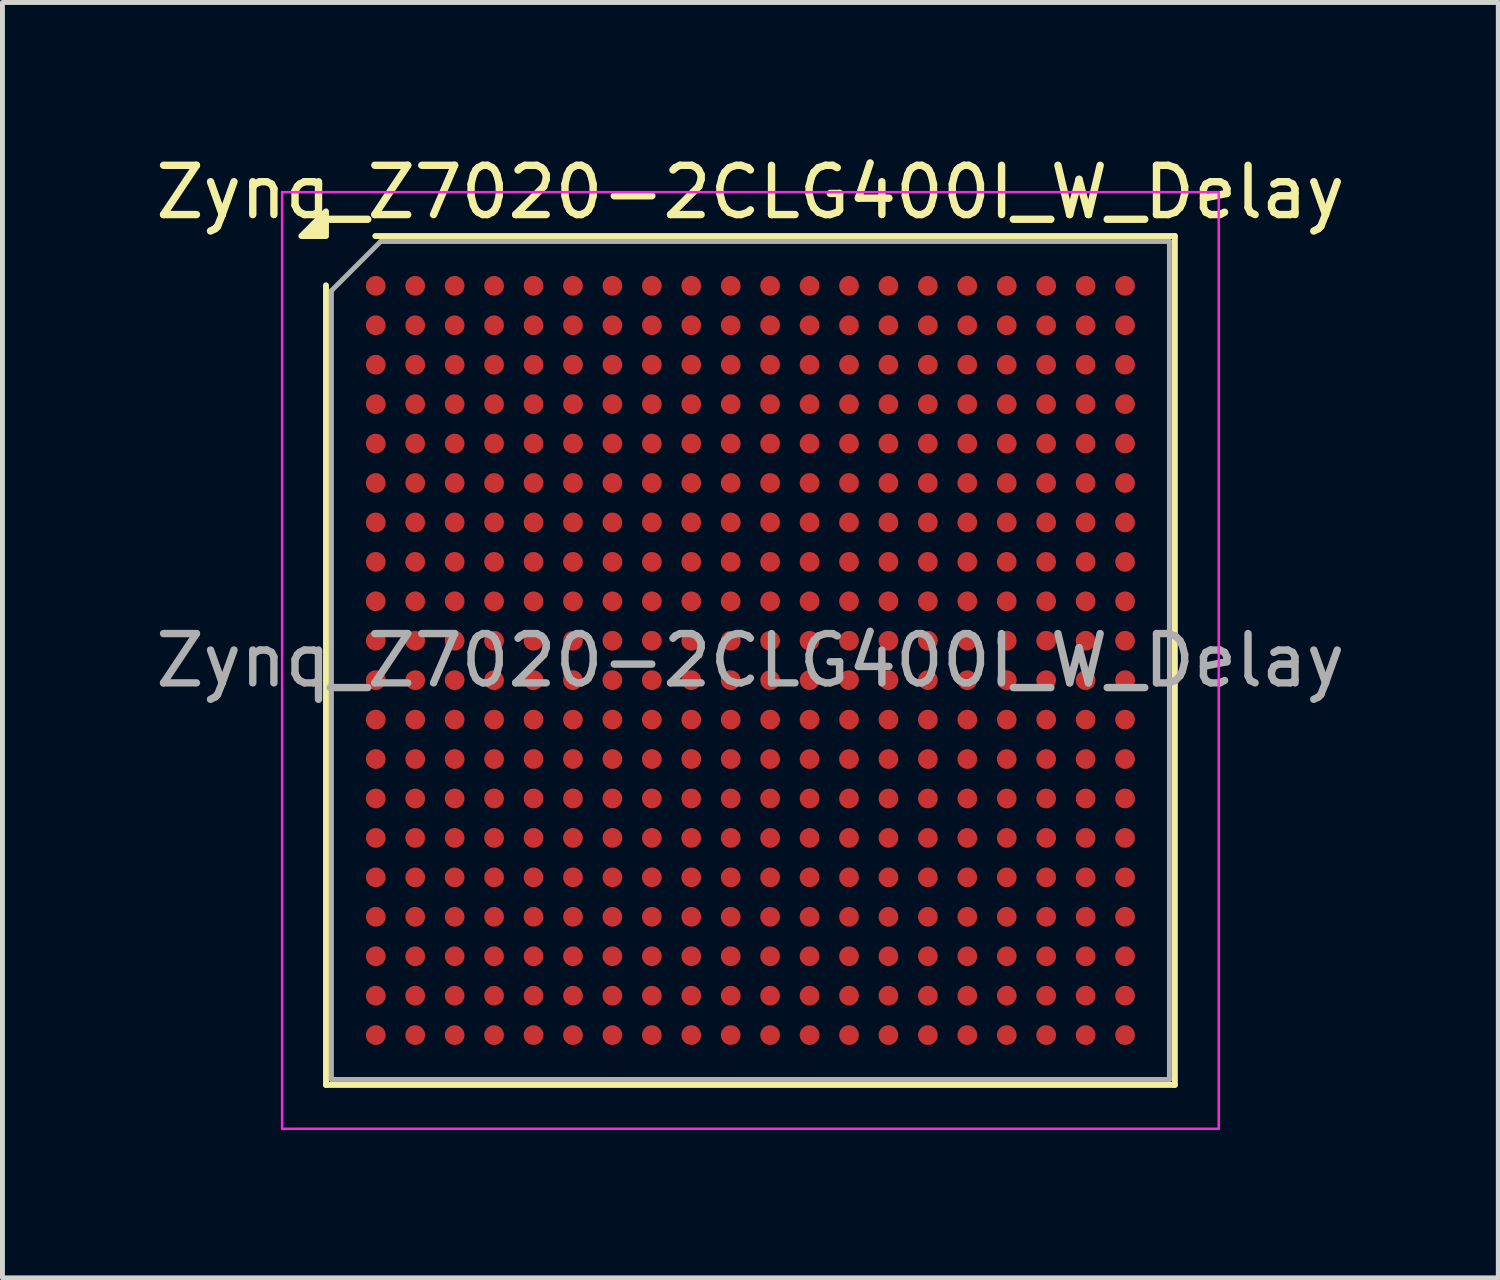
<source format=kicad_pcb>
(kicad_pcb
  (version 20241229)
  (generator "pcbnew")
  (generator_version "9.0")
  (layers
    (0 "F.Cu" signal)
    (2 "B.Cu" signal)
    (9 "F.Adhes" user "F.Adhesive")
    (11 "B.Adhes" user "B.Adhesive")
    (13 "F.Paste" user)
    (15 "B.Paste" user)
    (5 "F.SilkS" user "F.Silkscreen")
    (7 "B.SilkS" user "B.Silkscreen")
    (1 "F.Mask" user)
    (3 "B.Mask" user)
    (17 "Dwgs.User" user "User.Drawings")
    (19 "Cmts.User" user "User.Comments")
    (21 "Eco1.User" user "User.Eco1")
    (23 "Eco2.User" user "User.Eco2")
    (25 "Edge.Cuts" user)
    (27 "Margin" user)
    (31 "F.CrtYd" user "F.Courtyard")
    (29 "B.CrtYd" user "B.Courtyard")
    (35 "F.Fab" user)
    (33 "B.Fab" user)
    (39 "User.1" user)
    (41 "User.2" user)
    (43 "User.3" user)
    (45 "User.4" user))
  (footprint "Zynq_Z7020-2CLG400I_W_Delay"
    (layer "F.Cu")
    (at 12.173 10.348)
    (property "Reference" "Zynq_Z7020-2CLG400I_W_Delay" (at 0 -9.5 0) (layer "F.SilkS") (effects (font (size 1 1) (thickness 0.15))))
    (attr smd)
    (fp_line (start -8.61 8.61) (end -8.61 -7.61) (stroke (width 0.12) (type solid)) (layer "F.SilkS"))
    (fp_line (start -7.61 -8.61) (end 8.61 -8.61) (stroke (width 0.12) (type solid)) (layer "F.SilkS"))
    (fp_line (start 8.61 -8.61) (end 8.61 8.61) (stroke (width 0.12) (type solid)) (layer "F.SilkS"))
    (fp_line (start 8.61 8.61) (end -8.61 8.61) (stroke (width 0.12) (type solid)) (layer "F.SilkS"))
    (fp_poly (pts (xy -8.61 -8.61) (xy -9.11 -8.61) (xy -8.61 -9.11)) (stroke (width 0.12) (type solid)) (fill yes) (layer "F.SilkS"))
    (fp_line (start -9.5 -9.5) (end -9.5 9.5) (stroke (width 0.05) (type solid)) (layer "F.CrtYd"))
    (fp_line (start -9.5 9.5) (end 9.5 9.5) (stroke (width 0.05) (type solid)) (layer "F.CrtYd"))
    (fp_line (start 9.5 -9.5) (end -9.5 -9.5) (stroke (width 0.05) (type solid)) (layer "F.CrtYd"))
    (fp_line (start 9.5 9.5) (end 9.5 -9.5) (stroke (width 0.05) (type solid)) (layer "F.CrtYd"))
    (fp_line (start -8.5 -7.5) (end -7.5 -8.5) (stroke (width 0.1) (type solid)) (layer "F.Fab"))
    (fp_line (start -8.5 8.5) (end -8.5 -7.5) (stroke (width 0.1) (type solid)) (layer "F.Fab"))
    (fp_line (start -7.5 -8.5) (end 8.5 -8.5) (stroke (width 0.1) (type solid)) (layer "F.Fab"))
    (fp_line (start 8.5 -8.5) (end 8.5 8.5) (stroke (width 0.1) (type solid)) (layer "F.Fab"))
    (fp_line (start 8.5 8.5) (end -8.5 8.5) (stroke (width 0.1) (type solid)) (layer "F.Fab"))
    (fp_text user "${REFERENCE}" (at 0 0 0) (layer "F.Fab") (effects (font (size 1 1) (thickness 0.15))))
    (pad "A1" smd circle (at -7.6 -7.6) (size 0.4 0.4) (layers "F.Cu" "F.Mask" "F.Paste"))
    (pad "A2" smd circle (at -6.8 -7.6) (size 0.4 0.4) (layers "F.Cu" "F.Mask" "F.Paste"))
    (pad "A3" smd circle (at -6 -7.6) (size 0.4 0.4) (layers "F.Cu" "F.Mask" "F.Paste"))
    (pad "A4" smd circle (at -5.2 -7.6) (size 0.4 0.4) (layers "F.Cu" "F.Mask" "F.Paste"))
    (pad "A5" smd circle (at -4.4 -7.6) (size 0.4 0.4) (layers "F.Cu" "F.Mask" "F.Paste"))
    (pad "A6" smd circle (at -3.6 -7.6) (size 0.4 0.4) (layers "F.Cu" "F.Mask" "F.Paste"))
    (pad "A7" smd circle (at -2.8 -7.6) (size 0.4 0.4) (layers "F.Cu" "F.Mask" "F.Paste"))
    (pad "A8" smd circle (at -2 -7.6) (size 0.4 0.4) (layers "F.Cu" "F.Mask" "F.Paste"))
    (pad "A9" smd circle (at -1.2 -7.6) (size 0.4 0.4) (layers "F.Cu" "F.Mask" "F.Paste"))
    (pad "A10" smd circle (at -0.4 -7.6) (size 0.4 0.4) (layers "F.Cu" "F.Mask" "F.Paste"))
    (pad "A11" smd circle (at 0.4 -7.6) (size 0.4 0.4) (layers "F.Cu" "F.Mask" "F.Paste"))
    (pad "A12" smd circle (at 1.2 -7.6) (size 0.4 0.4) (layers "F.Cu" "F.Mask" "F.Paste"))
    (pad "A13" smd circle (at 2 -7.6) (size 0.4 0.4) (layers "F.Cu" "F.Mask" "F.Paste"))
    (pad "A14" smd circle (at 2.8 -7.6) (size 0.4 0.4) (layers "F.Cu" "F.Mask" "F.Paste"))
    (pad "A15" smd circle (at 3.6 -7.6) (size 0.4 0.4) (layers "F.Cu" "F.Mask" "F.Paste"))
    (pad "A16" smd circle (at 4.4 -7.6) (size 0.4 0.4) (layers "F.Cu" "F.Mask" "F.Paste"))
    (pad "A17" smd circle (at 5.2 -7.6) (size 0.4 0.4) (layers "F.Cu" "F.Mask" "F.Paste"))
    (pad "A18" smd circle (at 6 -7.6) (size 0.4 0.4) (layers "F.Cu" "F.Mask" "F.Paste"))
    (pad "A19" smd circle (at 6.8 -7.6) (size 0.4 0.4) (layers "F.Cu" "F.Mask" "F.Paste"))
    (pad "A20" smd circle (at 7.6 -7.6) (size 0.4 0.4) (layers "F.Cu" "F.Mask" "F.Paste"))
    (pad "B1" smd circle (at -7.6 -6.8) (size 0.4 0.4) (layers "F.Cu" "F.Mask" "F.Paste"))
    (pad "B2" smd circle (at -6.8 -6.8) (size 0.4 0.4) (layers "F.Cu" "F.Mask" "F.Paste"))
    (pad "B3" smd circle (at -6 -6.8) (size 0.4 0.4) (layers "F.Cu" "F.Mask" "F.Paste"))
    (pad "B4" smd circle (at -5.2 -6.8) (size 0.4 0.4) (layers "F.Cu" "F.Mask" "F.Paste"))
    (pad "B5" smd circle (at -4.4 -6.8) (size 0.4 0.4) (layers "F.Cu" "F.Mask" "F.Paste"))
    (pad "B6" smd circle (at -3.6 -6.8) (size 0.4 0.4) (layers "F.Cu" "F.Mask" "F.Paste"))
    (pad "B7" smd circle (at -2.8 -6.8) (size 0.4 0.4) (layers "F.Cu" "F.Mask" "F.Paste"))
    (pad "B8" smd circle (at -2 -6.8) (size 0.4 0.4) (layers "F.Cu" "F.Mask" "F.Paste"))
    (pad "B9" smd circle (at -1.2 -6.8) (size 0.4 0.4) (layers "F.Cu" "F.Mask" "F.Paste"))
    (pad "B10" smd circle (at -0.4 -6.8) (size 0.4 0.4) (layers "F.Cu" "F.Mask" "F.Paste"))
    (pad "B11" smd circle (at 0.4 -6.8) (size 0.4 0.4) (layers "F.Cu" "F.Mask" "F.Paste"))
    (pad "B12" smd circle (at 1.2 -6.8) (size 0.4 0.4) (layers "F.Cu" "F.Mask" "F.Paste"))
    (pad "B13" smd circle (at 2 -6.8) (size 0.4 0.4) (layers "F.Cu" "F.Mask" "F.Paste"))
    (pad "B14" smd circle (at 2.8 -6.8) (size 0.4 0.4) (layers "F.Cu" "F.Mask" "F.Paste"))
    (pad "B15" smd circle (at 3.6 -6.8) (size 0.4 0.4) (layers "F.Cu" "F.Mask" "F.Paste"))
    (pad "B16" smd circle (at 4.4 -6.8) (size 0.4 0.4) (layers "F.Cu" "F.Mask" "F.Paste"))
    (pad "B17" smd circle (at 5.2 -6.8) (size 0.4 0.4) (layers "F.Cu" "F.Mask" "F.Paste"))
    (pad "B18" smd circle (at 6 -6.8) (size 0.4 0.4) (layers "F.Cu" "F.Mask" "F.Paste"))
    (pad "B19" smd circle (at 6.8 -6.8) (size 0.4 0.4) (layers "F.Cu" "F.Mask" "F.Paste"))
    (pad "B20" smd circle (at 7.6 -6.8) (size 0.4 0.4) (layers "F.Cu" "F.Mask" "F.Paste"))
    (pad "C1" smd circle (at -7.6 -6) (size 0.4 0.4) (layers "F.Cu" "F.Mask" "F.Paste"))
    (pad "C2" smd circle (at -6.8 -6) (size 0.4 0.4) (layers "F.Cu" "F.Mask" "F.Paste"))
    (pad "C3" smd circle (at -6 -6) (size 0.4 0.4) (layers "F.Cu" "F.Mask" "F.Paste"))
    (pad "C4" smd circle (at -5.2 -6) (size 0.4 0.4) (layers "F.Cu" "F.Mask" "F.Paste"))
    (pad "C5" smd circle (at -4.4 -6) (size 0.4 0.4) (layers "F.Cu" "F.Mask" "F.Paste"))
    (pad "C6" smd circle (at -3.6 -6) (size 0.4 0.4) (layers "F.Cu" "F.Mask" "F.Paste"))
    (pad "C7" smd circle (at -2.8 -6) (size 0.4 0.4) (layers "F.Cu" "F.Mask" "F.Paste"))
    (pad "C8" smd circle (at -2 -6) (size 0.4 0.4) (layers "F.Cu" "F.Mask" "F.Paste"))
    (pad "C9" smd circle (at -1.2 -6) (size 0.4 0.4) (layers "F.Cu" "F.Mask" "F.Paste"))
    (pad "C10" smd circle (at -0.4 -6) (size 0.4 0.4) (layers "F.Cu" "F.Mask" "F.Paste"))
    (pad "C11" smd circle (at 0.4 -6) (size 0.4 0.4) (layers "F.Cu" "F.Mask" "F.Paste"))
    (pad "C12" smd circle (at 1.2 -6) (size 0.4 0.4) (layers "F.Cu" "F.Mask" "F.Paste"))
    (pad "C13" smd circle (at 2 -6) (size 0.4 0.4) (layers "F.Cu" "F.Mask" "F.Paste"))
    (pad "C14" smd circle (at 2.8 -6) (size 0.4 0.4) (layers "F.Cu" "F.Mask" "F.Paste"))
    (pad "C15" smd circle (at 3.6 -6) (size 0.4 0.4) (layers "F.Cu" "F.Mask" "F.Paste"))
    (pad "C16" smd circle (at 4.4 -6) (size 0.4 0.4) (layers "F.Cu" "F.Mask" "F.Paste"))
    (pad "C17" smd circle (at 5.2 -6) (size 0.4 0.4) (layers "F.Cu" "F.Mask" "F.Paste"))
    (pad "C18" smd circle (at 6 -6) (size 0.4 0.4) (layers "F.Cu" "F.Mask" "F.Paste"))
    (pad "C19" smd circle (at 6.8 -6) (size 0.4 0.4) (layers "F.Cu" "F.Mask" "F.Paste"))
    (pad "C20" smd circle (at 7.6 -6) (size 0.4 0.4) (layers "F.Cu" "F.Mask" "F.Paste"))
    (pad "D1" smd circle (at -7.6 -5.2) (size 0.4 0.4) (layers "F.Cu" "F.Mask" "F.Paste"))
    (pad "D2" smd circle (at -6.8 -5.2) (size 0.4 0.4) (layers "F.Cu" "F.Mask" "F.Paste"))
    (pad "D3" smd circle (at -6 -5.2) (size 0.4 0.4) (layers "F.Cu" "F.Mask" "F.Paste"))
    (pad "D4" smd circle (at -5.2 -5.2) (size 0.4 0.4) (layers "F.Cu" "F.Mask" "F.Paste"))
    (pad "D5" smd circle (at -4.4 -5.2) (size 0.4 0.4) (layers "F.Cu" "F.Mask" "F.Paste"))
    (pad "D6" smd circle (at -3.6 -5.2) (size 0.4 0.4) (layers "F.Cu" "F.Mask" "F.Paste"))
    (pad "D7" smd circle (at -2.8 -5.2) (size 0.4 0.4) (layers "F.Cu" "F.Mask" "F.Paste"))
    (pad "D8" smd circle (at -2 -5.2) (size 0.4 0.4) (layers "F.Cu" "F.Mask" "F.Paste"))
    (pad "D9" smd circle (at -1.2 -5.2) (size 0.4 0.4) (layers "F.Cu" "F.Mask" "F.Paste"))
    (pad "D10" smd circle (at -0.4 -5.2) (size 0.4 0.4) (layers "F.Cu" "F.Mask" "F.Paste"))
    (pad "D11" smd circle (at 0.4 -5.2) (size 0.4 0.4) (layers "F.Cu" "F.Mask" "F.Paste"))
    (pad "D12" smd circle (at 1.2 -5.2) (size 0.4 0.4) (layers "F.Cu" "F.Mask" "F.Paste"))
    (pad "D13" smd circle (at 2 -5.2) (size 0.4 0.4) (layers "F.Cu" "F.Mask" "F.Paste"))
    (pad "D14" smd circle (at 2.8 -5.2) (size 0.4 0.4) (layers "F.Cu" "F.Mask" "F.Paste"))
    (pad "D15" smd circle (at 3.6 -5.2) (size 0.4 0.4) (layers "F.Cu" "F.Mask" "F.Paste"))
    (pad "D16" smd circle (at 4.4 -5.2) (size 0.4 0.4) (layers "F.Cu" "F.Mask" "F.Paste"))
    (pad "D17" smd circle (at 5.2 -5.2) (size 0.4 0.4) (layers "F.Cu" "F.Mask" "F.Paste"))
    (pad "D18" smd circle (at 6 -5.2) (size 0.4 0.4) (layers "F.Cu" "F.Mask" "F.Paste"))
    (pad "D19" smd circle (at 6.8 -5.2) (size 0.4 0.4) (layers "F.Cu" "F.Mask" "F.Paste"))
    (pad "D20" smd circle (at 7.6 -5.2) (size 0.4 0.4) (layers "F.Cu" "F.Mask" "F.Paste"))
    (pad "E1" smd circle (at -7.6 -4.4) (size 0.4 0.4) (layers "F.Cu" "F.Mask" "F.Paste"))
    (pad "E2" smd circle (at -6.8 -4.4) (size 0.4 0.4) (layers "F.Cu" "F.Mask" "F.Paste"))
    (pad "E3" smd circle (at -6 -4.4) (size 0.4 0.4) (layers "F.Cu" "F.Mask" "F.Paste"))
    (pad "E4" smd circle (at -5.2 -4.4) (size 0.4 0.4) (layers "F.Cu" "F.Mask" "F.Paste"))
    (pad "E5" smd circle (at -4.4 -4.4) (size 0.4 0.4) (layers "F.Cu" "F.Mask" "F.Paste"))
    (pad "E6" smd circle (at -3.6 -4.4) (size 0.4 0.4) (layers "F.Cu" "F.Mask" "F.Paste"))
    (pad "E7" smd circle (at -2.8 -4.4) (size 0.4 0.4) (layers "F.Cu" "F.Mask" "F.Paste"))
    (pad "E8" smd circle (at -2 -4.4) (size 0.4 0.4) (layers "F.Cu" "F.Mask" "F.Paste"))
    (pad "E9" smd circle (at -1.2 -4.4) (size 0.4 0.4) (layers "F.Cu" "F.Mask" "F.Paste"))
    (pad "E10" smd circle (at -0.4 -4.4) (size 0.4 0.4) (layers "F.Cu" "F.Mask" "F.Paste"))
    (pad "E11" smd circle (at 0.4 -4.4) (size 0.4 0.4) (layers "F.Cu" "F.Mask" "F.Paste"))
    (pad "E12" smd circle (at 1.2 -4.4) (size 0.4 0.4) (layers "F.Cu" "F.Mask" "F.Paste"))
    (pad "E13" smd circle (at 2 -4.4) (size 0.4 0.4) (layers "F.Cu" "F.Mask" "F.Paste"))
    (pad "E14" smd circle (at 2.8 -4.4) (size 0.4 0.4) (layers "F.Cu" "F.Mask" "F.Paste"))
    (pad "E15" smd circle (at 3.6 -4.4) (size 0.4 0.4) (layers "F.Cu" "F.Mask" "F.Paste"))
    (pad "E16" smd circle (at 4.4 -4.4) (size 0.4 0.4) (layers "F.Cu" "F.Mask" "F.Paste"))
    (pad "E17" smd circle (at 5.2 -4.4) (size 0.4 0.4) (layers "F.Cu" "F.Mask" "F.Paste"))
    (pad "E18" smd circle (at 6 -4.4) (size 0.4 0.4) (layers "F.Cu" "F.Mask" "F.Paste"))
    (pad "E19" smd circle (at 6.8 -4.4) (size 0.4 0.4) (layers "F.Cu" "F.Mask" "F.Paste"))
    (pad "E20" smd circle (at 7.6 -4.4) (size 0.4 0.4) (layers "F.Cu" "F.Mask" "F.Paste"))
    (pad "F1" smd circle (at -7.6 -3.6) (size 0.4 0.4) (layers "F.Cu" "F.Mask" "F.Paste"))
    (pad "F2" smd circle (at -6.8 -3.6) (size 0.4 0.4) (layers "F.Cu" "F.Mask" "F.Paste"))
    (pad "F3" smd circle (at -6 -3.6) (size 0.4 0.4) (layers "F.Cu" "F.Mask" "F.Paste"))
    (pad "F4" smd circle (at -5.2 -3.6) (size 0.4 0.4) (layers "F.Cu" "F.Mask" "F.Paste"))
    (pad "F5" smd circle (at -4.4 -3.6) (size 0.4 0.4) (layers "F.Cu" "F.Mask" "F.Paste"))
    (pad "F6" smd circle (at -3.6 -3.6) (size 0.4 0.4) (layers "F.Cu" "F.Mask" "F.Paste"))
    (pad "F7" smd circle (at -2.8 -3.6) (size 0.4 0.4) (layers "F.Cu" "F.Mask" "F.Paste"))
    (pad "F8" smd circle (at -2 -3.6) (size 0.4 0.4) (layers "F.Cu" "F.Mask" "F.Paste"))
    (pad "F9" smd circle (at -1.2 -3.6) (size 0.4 0.4) (layers "F.Cu" "F.Mask" "F.Paste"))
    (pad "F10" smd circle (at -0.4 -3.6) (size 0.4 0.4) (layers "F.Cu" "F.Mask" "F.Paste"))
    (pad "F11" smd circle (at 0.4 -3.6) (size 0.4 0.4) (layers "F.Cu" "F.Mask" "F.Paste"))
    (pad "F12" smd circle (at 1.2 -3.6) (size 0.4 0.4) (layers "F.Cu" "F.Mask" "F.Paste"))
    (pad "F13" smd circle (at 2 -3.6) (size 0.4 0.4) (layers "F.Cu" "F.Mask" "F.Paste"))
    (pad "F14" smd circle (at 2.8 -3.6) (size 0.4 0.4) (layers "F.Cu" "F.Mask" "F.Paste"))
    (pad "F15" smd circle (at 3.6 -3.6) (size 0.4 0.4) (layers "F.Cu" "F.Mask" "F.Paste"))
    (pad "F16" smd circle (at 4.4 -3.6) (size 0.4 0.4) (layers "F.Cu" "F.Mask" "F.Paste"))
    (pad "F17" smd circle (at 5.2 -3.6) (size 0.4 0.4) (layers "F.Cu" "F.Mask" "F.Paste"))
    (pad "F18" smd circle (at 6 -3.6) (size 0.4 0.4) (layers "F.Cu" "F.Mask" "F.Paste"))
    (pad "F19" smd circle (at 6.8 -3.6) (size 0.4 0.4) (layers "F.Cu" "F.Mask" "F.Paste"))
    (pad "F20" smd circle (at 7.6 -3.6) (size 0.4 0.4) (layers "F.Cu" "F.Mask" "F.Paste"))
    (pad "G1" smd circle (at -7.6 -2.8) (size 0.4 0.4) (layers "F.Cu" "F.Mask" "F.Paste"))
    (pad "G2" smd circle (at -6.8 -2.8) (size 0.4 0.4) (layers "F.Cu" "F.Mask" "F.Paste"))
    (pad "G3" smd circle (at -6 -2.8) (size 0.4 0.4) (layers "F.Cu" "F.Mask" "F.Paste"))
    (pad "G4" smd circle (at -5.2 -2.8) (size 0.4 0.4) (layers "F.Cu" "F.Mask" "F.Paste"))
    (pad "G5" smd circle (at -4.4 -2.8) (size 0.4 0.4) (layers "F.Cu" "F.Mask" "F.Paste"))
    (pad "G6" smd circle (at -3.6 -2.8) (size 0.4 0.4) (layers "F.Cu" "F.Mask" "F.Paste"))
    (pad "G7" smd circle (at -2.8 -2.8) (size 0.4 0.4) (layers "F.Cu" "F.Mask" "F.Paste"))
    (pad "G8" smd circle (at -2 -2.8) (size 0.4 0.4) (layers "F.Cu" "F.Mask" "F.Paste"))
    (pad "G9" smd circle (at -1.2 -2.8) (size 0.4 0.4) (layers "F.Cu" "F.Mask" "F.Paste"))
    (pad "G10" smd circle (at -0.4 -2.8) (size 0.4 0.4) (layers "F.Cu" "F.Mask" "F.Paste"))
    (pad "G11" smd circle (at 0.4 -2.8) (size 0.4 0.4) (layers "F.Cu" "F.Mask" "F.Paste"))
    (pad "G12" smd circle (at 1.2 -2.8) (size 0.4 0.4) (layers "F.Cu" "F.Mask" "F.Paste"))
    (pad "G13" smd circle (at 2 -2.8) (size 0.4 0.4) (layers "F.Cu" "F.Mask" "F.Paste"))
    (pad "G14" smd circle (at 2.8 -2.8) (size 0.4 0.4) (layers "F.Cu" "F.Mask" "F.Paste"))
    (pad "G15" smd circle (at 3.6 -2.8) (size 0.4 0.4) (layers "F.Cu" "F.Mask" "F.Paste"))
    (pad "G16" smd circle (at 4.4 -2.8) (size 0.4 0.4) (layers "F.Cu" "F.Mask" "F.Paste"))
    (pad "G17" smd circle (at 5.2 -2.8) (size 0.4 0.4) (layers "F.Cu" "F.Mask" "F.Paste"))
    (pad "G18" smd circle (at 6 -2.8) (size 0.4 0.4) (layers "F.Cu" "F.Mask" "F.Paste"))
    (pad "G19" smd circle (at 6.8 -2.8) (size 0.4 0.4) (layers "F.Cu" "F.Mask" "F.Paste"))
    (pad "G20" smd circle (at 7.6 -2.8) (size 0.4 0.4) (layers "F.Cu" "F.Mask" "F.Paste"))
    (pad "H1" smd circle (at -7.6 -2) (size 0.4 0.4) (layers "F.Cu" "F.Mask" "F.Paste"))
    (pad "H2" smd circle (at -6.8 -2) (size 0.4 0.4) (layers "F.Cu" "F.Mask" "F.Paste"))
    (pad "H3" smd circle (at -6 -2) (size 0.4 0.4) (layers "F.Cu" "F.Mask" "F.Paste"))
    (pad "H4" smd circle (at -5.2 -2) (size 0.4 0.4) (layers "F.Cu" "F.Mask" "F.Paste"))
    (pad "H5" smd circle (at -4.4 -2) (size 0.4 0.4) (layers "F.Cu" "F.Mask" "F.Paste"))
    (pad "H6" smd circle (at -3.6 -2) (size 0.4 0.4) (layers "F.Cu" "F.Mask" "F.Paste"))
    (pad "H7" smd circle (at -2.8 -2) (size 0.4 0.4) (layers "F.Cu" "F.Mask" "F.Paste"))
    (pad "H8" smd circle (at -2 -2) (size 0.4 0.4) (layers "F.Cu" "F.Mask" "F.Paste"))
    (pad "H9" smd circle (at -1.2 -2) (size 0.4 0.4) (layers "F.Cu" "F.Mask" "F.Paste"))
    (pad "H10" smd circle (at -0.4 -2) (size 0.4 0.4) (layers "F.Cu" "F.Mask" "F.Paste"))
    (pad "H11" smd circle (at 0.4 -2) (size 0.4 0.4) (layers "F.Cu" "F.Mask" "F.Paste"))
    (pad "H12" smd circle (at 1.2 -2) (size 0.4 0.4) (layers "F.Cu" "F.Mask" "F.Paste"))
    (pad "H13" smd circle (at 2 -2) (size 0.4 0.4) (layers "F.Cu" "F.Mask" "F.Paste"))
    (pad "H14" smd circle (at 2.8 -2) (size 0.4 0.4) (layers "F.Cu" "F.Mask" "F.Paste"))
    (pad "H15" smd circle (at 3.6 -2) (size 0.4 0.4) (layers "F.Cu" "F.Mask" "F.Paste"))
    (pad "H16" smd circle (at 4.4 -2) (size 0.4 0.4) (layers "F.Cu" "F.Mask" "F.Paste"))
    (pad "H17" smd circle (at 5.2 -2) (size 0.4 0.4) (layers "F.Cu" "F.Mask" "F.Paste"))
    (pad "H18" smd circle (at 6 -2) (size 0.4 0.4) (layers "F.Cu" "F.Mask" "F.Paste"))
    (pad "H19" smd circle (at 6.8 -2) (size 0.4 0.4) (layers "F.Cu" "F.Mask" "F.Paste"))
    (pad "H20" smd circle (at 7.6 -2) (size 0.4 0.4) (layers "F.Cu" "F.Mask" "F.Paste"))
    (pad "J1" smd circle (at -7.6 -1.2) (size 0.4 0.4) (layers "F.Cu" "F.Mask" "F.Paste"))
    (pad "J2" smd circle (at -6.8 -1.2) (size 0.4 0.4) (layers "F.Cu" "F.Mask" "F.Paste"))
    (pad "J3" smd circle (at -6 -1.2) (size 0.4 0.4) (layers "F.Cu" "F.Mask" "F.Paste"))
    (pad "J4" smd circle (at -5.2 -1.2) (size 0.4 0.4) (layers "F.Cu" "F.Mask" "F.Paste"))
    (pad "J5" smd circle (at -4.4 -1.2) (size 0.4 0.4) (layers "F.Cu" "F.Mask" "F.Paste"))
    (pad "J6" smd circle (at -3.6 -1.2) (size 0.4 0.4) (layers "F.Cu" "F.Mask" "F.Paste"))
    (pad "J7" smd circle (at -2.8 -1.2) (size 0.4 0.4) (layers "F.Cu" "F.Mask" "F.Paste"))
    (pad "J8" smd circle (at -2 -1.2) (size 0.4 0.4) (layers "F.Cu" "F.Mask" "F.Paste"))
    (pad "J9" smd circle (at -1.2 -1.2) (size 0.4 0.4) (layers "F.Cu" "F.Mask" "F.Paste"))
    (pad "J10" smd circle (at -0.4 -1.2) (size 0.4 0.4) (layers "F.Cu" "F.Mask" "F.Paste"))
    (pad "J11" smd circle (at 0.4 -1.2) (size 0.4 0.4) (layers "F.Cu" "F.Mask" "F.Paste"))
    (pad "J12" smd circle (at 1.2 -1.2) (size 0.4 0.4) (layers "F.Cu" "F.Mask" "F.Paste"))
    (pad "J13" smd circle (at 2 -1.2) (size 0.4 0.4) (layers "F.Cu" "F.Mask" "F.Paste"))
    (pad "J14" smd circle (at 2.8 -1.2) (size 0.4 0.4) (layers "F.Cu" "F.Mask" "F.Paste"))
    (pad "J15" smd circle (at 3.6 -1.2) (size 0.4 0.4) (layers "F.Cu" "F.Mask" "F.Paste"))
    (pad "J16" smd circle (at 4.4 -1.2) (size 0.4 0.4) (layers "F.Cu" "F.Mask" "F.Paste"))
    (pad "J17" smd circle (at 5.2 -1.2) (size 0.4 0.4) (layers "F.Cu" "F.Mask" "F.Paste"))
    (pad "J18" smd circle (at 6 -1.2) (size 0.4 0.4) (layers "F.Cu" "F.Mask" "F.Paste"))
    (pad "J19" smd circle (at 6.8 -1.2) (size 0.4 0.4) (layers "F.Cu" "F.Mask" "F.Paste"))
    (pad "J20" smd circle (at 7.6 -1.2) (size 0.4 0.4) (layers "F.Cu" "F.Mask" "F.Paste"))
    (pad "K1" smd circle (at -7.6 -0.4) (size 0.4 0.4) (layers "F.Cu" "F.Mask" "F.Paste"))
    (pad "K2" smd circle (at -6.8 -0.4) (size 0.4 0.4) (layers "F.Cu" "F.Mask" "F.Paste"))
    (pad "K3" smd circle (at -6 -0.4) (size 0.4 0.4) (layers "F.Cu" "F.Mask" "F.Paste"))
    (pad "K4" smd circle (at -5.2 -0.4) (size 0.4 0.4) (layers "F.Cu" "F.Mask" "F.Paste"))
    (pad "K5" smd circle (at -4.4 -0.4) (size 0.4 0.4) (layers "F.Cu" "F.Mask" "F.Paste"))
    (pad "K6" smd circle (at -3.6 -0.4) (size 0.4 0.4) (layers "F.Cu" "F.Mask" "F.Paste"))
    (pad "K7" smd circle (at -2.8 -0.4) (size 0.4 0.4) (layers "F.Cu" "F.Mask" "F.Paste"))
    (pad "K8" smd circle (at -2 -0.4) (size 0.4 0.4) (layers "F.Cu" "F.Mask" "F.Paste"))
    (pad "K9" smd circle (at -1.2 -0.4) (size 0.4 0.4) (layers "F.Cu" "F.Mask" "F.Paste"))
    (pad "K10" smd circle (at -0.4 -0.4) (size 0.4 0.4) (layers "F.Cu" "F.Mask" "F.Paste"))
    (pad "K11" smd circle (at 0.4 -0.4) (size 0.4 0.4) (layers "F.Cu" "F.Mask" "F.Paste"))
    (pad "K12" smd circle (at 1.2 -0.4) (size 0.4 0.4) (layers "F.Cu" "F.Mask" "F.Paste"))
    (pad "K13" smd circle (at 2 -0.4) (size 0.4 0.4) (layers "F.Cu" "F.Mask" "F.Paste"))
    (pad "K14" smd circle (at 2.8 -0.4) (size 0.4 0.4) (layers "F.Cu" "F.Mask" "F.Paste"))
    (pad "K15" smd circle (at 3.6 -0.4) (size 0.4 0.4) (layers "F.Cu" "F.Mask" "F.Paste"))
    (pad "K16" smd circle (at 4.4 -0.4) (size 0.4 0.4) (layers "F.Cu" "F.Mask" "F.Paste"))
    (pad "K17" smd circle (at 5.2 -0.4) (size 0.4 0.4) (layers "F.Cu" "F.Mask" "F.Paste"))
    (pad "K18" smd circle (at 6 -0.4) (size 0.4 0.4) (layers "F.Cu" "F.Mask" "F.Paste"))
    (pad "K19" smd circle (at 6.8 -0.4) (size 0.4 0.4) (layers "F.Cu" "F.Mask" "F.Paste"))
    (pad "K20" smd circle (at 7.6 -0.4) (size 0.4 0.4) (layers "F.Cu" "F.Mask" "F.Paste"))
    (pad "L1" smd circle (at -7.6 0.4) (size 0.4 0.4) (layers "F.Cu" "F.Mask" "F.Paste"))
    (pad "L2" smd circle (at -6.8 0.4) (size 0.4 0.4) (layers "F.Cu" "F.Mask" "F.Paste"))
    (pad "L3" smd circle (at -6 0.4) (size 0.4 0.4) (layers "F.Cu" "F.Mask" "F.Paste"))
    (pad "L4" smd circle (at -5.2 0.4) (size 0.4 0.4) (layers "F.Cu" "F.Mask" "F.Paste"))
    (pad "L5" smd circle (at -4.4 0.4) (size 0.4 0.4) (layers "F.Cu" "F.Mask" "F.Paste"))
    (pad "L6" smd circle (at -3.6 0.4) (size 0.4 0.4) (layers "F.Cu" "F.Mask" "F.Paste"))
    (pad "L7" smd circle (at -2.8 0.4) (size 0.4 0.4) (layers "F.Cu" "F.Mask" "F.Paste"))
    (pad "L8" smd circle (at -2 0.4) (size 0.4 0.4) (layers "F.Cu" "F.Mask" "F.Paste"))
    (pad "L9" smd circle (at -1.2 0.4) (size 0.4 0.4) (layers "F.Cu" "F.Mask" "F.Paste"))
    (pad "L10" smd circle (at -0.4 0.4) (size 0.4 0.4) (layers "F.Cu" "F.Mask" "F.Paste"))
    (pad "L11" smd circle (at 0.4 0.4) (size 0.4 0.4) (layers "F.Cu" "F.Mask" "F.Paste"))
    (pad "L12" smd circle (at 1.2 0.4) (size 0.4 0.4) (layers "F.Cu" "F.Mask" "F.Paste"))
    (pad "L13" smd circle (at 2 0.4) (size 0.4 0.4) (layers "F.Cu" "F.Mask" "F.Paste"))
    (pad "L14" smd circle (at 2.8 0.4) (size 0.4 0.4) (layers "F.Cu" "F.Mask" "F.Paste"))
    (pad "L15" smd circle (at 3.6 0.4) (size 0.4 0.4) (layers "F.Cu" "F.Mask" "F.Paste"))
    (pad "L16" smd circle (at 4.4 0.4) (size 0.4 0.4) (layers "F.Cu" "F.Mask" "F.Paste"))
    (pad "L17" smd circle (at 5.2 0.4) (size 0.4 0.4) (layers "F.Cu" "F.Mask" "F.Paste"))
    (pad "L18" smd circle (at 6 0.4) (size 0.4 0.4) (layers "F.Cu" "F.Mask" "F.Paste"))
    (pad "L19" smd circle (at 6.8 0.4) (size 0.4 0.4) (layers "F.Cu" "F.Mask" "F.Paste"))
    (pad "L20" smd circle (at 7.6 0.4) (size 0.4 0.4) (layers "F.Cu" "F.Mask" "F.Paste"))
    (pad "M1" smd circle (at -7.6 1.2) (size 0.4 0.4) (layers "F.Cu" "F.Mask" "F.Paste"))
    (pad "M2" smd circle (at -6.8 1.2) (size 0.4 0.4) (layers "F.Cu" "F.Mask" "F.Paste"))
    (pad "M3" smd circle (at -6 1.2) (size 0.4 0.4) (layers "F.Cu" "F.Mask" "F.Paste"))
    (pad "M4" smd circle (at -5.2 1.2) (size 0.4 0.4) (layers "F.Cu" "F.Mask" "F.Paste"))
    (pad "M5" smd circle (at -4.4 1.2) (size 0.4 0.4) (layers "F.Cu" "F.Mask" "F.Paste"))
    (pad "M6" smd circle (at -3.6 1.2) (size 0.4 0.4) (layers "F.Cu" "F.Mask" "F.Paste"))
    (pad "M7" smd circle (at -2.8 1.2) (size 0.4 0.4) (layers "F.Cu" "F.Mask" "F.Paste"))
    (pad "M8" smd circle (at -2 1.2) (size 0.4 0.4) (layers "F.Cu" "F.Mask" "F.Paste"))
    (pad "M9" smd circle (at -1.2 1.2) (size 0.4 0.4) (layers "F.Cu" "F.Mask" "F.Paste"))
    (pad "M10" smd circle (at -0.4 1.2) (size 0.4 0.4) (layers "F.Cu" "F.Mask" "F.Paste"))
    (pad "M11" smd circle (at 0.4 1.2) (size 0.4 0.4) (layers "F.Cu" "F.Mask" "F.Paste"))
    (pad "M12" smd circle (at 1.2 1.2) (size 0.4 0.4) (layers "F.Cu" "F.Mask" "F.Paste"))
    (pad "M13" smd circle (at 2 1.2) (size 0.4 0.4) (layers "F.Cu" "F.Mask" "F.Paste"))
    (pad "M14" smd circle (at 2.8 1.2) (size 0.4 0.4) (layers "F.Cu" "F.Mask" "F.Paste"))
    (pad "M15" smd circle (at 3.6 1.2) (size 0.4 0.4) (layers "F.Cu" "F.Mask" "F.Paste"))
    (pad "M16" smd circle (at 4.4 1.2) (size 0.4 0.4) (layers "F.Cu" "F.Mask" "F.Paste"))
    (pad "M17" smd circle (at 5.2 1.2) (size 0.4 0.4) (layers "F.Cu" "F.Mask" "F.Paste"))
    (pad "M18" smd circle (at 6 1.2) (size 0.4 0.4) (layers "F.Cu" "F.Mask" "F.Paste"))
    (pad "M19" smd circle (at 6.8 1.2) (size 0.4 0.4) (layers "F.Cu" "F.Mask" "F.Paste"))
    (pad "M20" smd circle (at 7.6 1.2) (size 0.4 0.4) (layers "F.Cu" "F.Mask" "F.Paste"))
    (pad "N1" smd circle (at -7.6 2) (size 0.4 0.4) (layers "F.Cu" "F.Mask" "F.Paste"))
    (pad "N2" smd circle (at -6.8 2) (size 0.4 0.4) (layers "F.Cu" "F.Mask" "F.Paste"))
    (pad "N3" smd circle (at -6 2) (size 0.4 0.4) (layers "F.Cu" "F.Mask" "F.Paste"))
    (pad "N4" smd circle (at -5.2 2) (size 0.4 0.4) (layers "F.Cu" "F.Mask" "F.Paste"))
    (pad "N5" smd circle (at -4.4 2) (size 0.4 0.4) (layers "F.Cu" "F.Mask" "F.Paste"))
    (pad "N6" smd circle (at -3.6 2) (size 0.4 0.4) (layers "F.Cu" "F.Mask" "F.Paste"))
    (pad "N7" smd circle (at -2.8 2) (size 0.4 0.4) (layers "F.Cu" "F.Mask" "F.Paste"))
    (pad "N8" smd circle (at -2 2) (size 0.4 0.4) (layers "F.Cu" "F.Mask" "F.Paste"))
    (pad "N9" smd circle (at -1.2 2) (size 0.4 0.4) (layers "F.Cu" "F.Mask" "F.Paste"))
    (pad "N10" smd circle (at -0.4 2) (size 0.4 0.4) (layers "F.Cu" "F.Mask" "F.Paste"))
    (pad "N11" smd circle (at 0.4 2) (size 0.4 0.4) (layers "F.Cu" "F.Mask" "F.Paste"))
    (pad "N12" smd circle (at 1.2 2) (size 0.4 0.4) (layers "F.Cu" "F.Mask" "F.Paste"))
    (pad "N13" smd circle (at 2 2) (size 0.4 0.4) (layers "F.Cu" "F.Mask" "F.Paste"))
    (pad "N14" smd circle (at 2.8 2) (size 0.4 0.4) (layers "F.Cu" "F.Mask" "F.Paste"))
    (pad "N15" smd circle (at 3.6 2) (size 0.4 0.4) (layers "F.Cu" "F.Mask" "F.Paste"))
    (pad "N16" smd circle (at 4.4 2) (size 0.4 0.4) (layers "F.Cu" "F.Mask" "F.Paste"))
    (pad "N17" smd circle (at 5.2 2) (size 0.4 0.4) (layers "F.Cu" "F.Mask" "F.Paste"))
    (pad "N18" smd circle (at 6 2) (size 0.4 0.4) (layers "F.Cu" "F.Mask" "F.Paste"))
    (pad "N19" smd circle (at 6.8 2) (size 0.4 0.4) (layers "F.Cu" "F.Mask" "F.Paste"))
    (pad "N20" smd circle (at 7.6 2) (size 0.4 0.4) (layers "F.Cu" "F.Mask" "F.Paste"))
    (pad "P1" smd circle (at -7.6 2.8) (size 0.4 0.4) (layers "F.Cu" "F.Mask" "F.Paste"))
    (pad "P2" smd circle (at -6.8 2.8) (size 0.4 0.4) (layers "F.Cu" "F.Mask" "F.Paste"))
    (pad "P3" smd circle (at -6 2.8) (size 0.4 0.4) (layers "F.Cu" "F.Mask" "F.Paste"))
    (pad "P4" smd circle (at -5.2 2.8) (size 0.4 0.4) (layers "F.Cu" "F.Mask" "F.Paste"))
    (pad "P5" smd circle (at -4.4 2.8) (size 0.4 0.4) (layers "F.Cu" "F.Mask" "F.Paste"))
    (pad "P6" smd circle (at -3.6 2.8) (size 0.4 0.4) (layers "F.Cu" "F.Mask" "F.Paste"))
    (pad "P7" smd circle (at -2.8 2.8) (size 0.4 0.4) (layers "F.Cu" "F.Mask" "F.Paste"))
    (pad "P8" smd circle (at -2 2.8) (size 0.4 0.4) (layers "F.Cu" "F.Mask" "F.Paste"))
    (pad "P9" smd circle (at -1.2 2.8) (size 0.4 0.4) (layers "F.Cu" "F.Mask" "F.Paste"))
    (pad "P10" smd circle (at -0.4 2.8) (size 0.4 0.4) (layers "F.Cu" "F.Mask" "F.Paste"))
    (pad "P11" smd circle (at 0.4 2.8) (size 0.4 0.4) (layers "F.Cu" "F.Mask" "F.Paste"))
    (pad "P12" smd circle (at 1.2 2.8) (size 0.4 0.4) (layers "F.Cu" "F.Mask" "F.Paste"))
    (pad "P13" smd circle (at 2 2.8) (size 0.4 0.4) (layers "F.Cu" "F.Mask" "F.Paste"))
    (pad "P14" smd circle (at 2.8 2.8) (size 0.4 0.4) (layers "F.Cu" "F.Mask" "F.Paste"))
    (pad "P15" smd circle (at 3.6 2.8) (size 0.4 0.4) (layers "F.Cu" "F.Mask" "F.Paste"))
    (pad "P16" smd circle (at 4.4 2.8) (size 0.4 0.4) (layers "F.Cu" "F.Mask" "F.Paste"))
    (pad "P17" smd circle (at 5.2 2.8) (size 0.4 0.4) (layers "F.Cu" "F.Mask" "F.Paste"))
    (pad "P18" smd circle (at 6 2.8) (size 0.4 0.4) (layers "F.Cu" "F.Mask" "F.Paste"))
    (pad "P19" smd circle (at 6.8 2.8) (size 0.4 0.4) (layers "F.Cu" "F.Mask" "F.Paste"))
    (pad "P20" smd circle (at 7.6 2.8) (size 0.4 0.4) (layers "F.Cu" "F.Mask" "F.Paste"))
    (pad "R1" smd circle (at -7.6 3.6) (size 0.4 0.4) (layers "F.Cu" "F.Mask" "F.Paste"))
    (pad "R2" smd circle (at -6.8 3.6) (size 0.4 0.4) (layers "F.Cu" "F.Mask" "F.Paste"))
    (pad "R3" smd circle (at -6 3.6) (size 0.4 0.4) (layers "F.Cu" "F.Mask" "F.Paste"))
    (pad "R4" smd circle (at -5.2 3.6) (size 0.4 0.4) (layers "F.Cu" "F.Mask" "F.Paste"))
    (pad "R5" smd circle (at -4.4 3.6) (size 0.4 0.4) (layers "F.Cu" "F.Mask" "F.Paste"))
    (pad "R6" smd circle (at -3.6 3.6) (size 0.4 0.4) (layers "F.Cu" "F.Mask" "F.Paste"))
    (pad "R7" smd circle (at -2.8 3.6) (size 0.4 0.4) (layers "F.Cu" "F.Mask" "F.Paste"))
    (pad "R8" smd circle (at -2 3.6) (size 0.4 0.4) (layers "F.Cu" "F.Mask" "F.Paste"))
    (pad "R9" smd circle (at -1.2 3.6) (size 0.4 0.4) (layers "F.Cu" "F.Mask" "F.Paste"))
    (pad "R10" smd circle (at -0.4 3.6) (size 0.4 0.4) (layers "F.Cu" "F.Mask" "F.Paste"))
    (pad "R11" smd circle (at 0.4 3.6) (size 0.4 0.4) (layers "F.Cu" "F.Mask" "F.Paste"))
    (pad "R12" smd circle (at 1.2 3.6) (size 0.4 0.4) (layers "F.Cu" "F.Mask" "F.Paste"))
    (pad "R13" smd circle (at 2 3.6) (size 0.4 0.4) (layers "F.Cu" "F.Mask" "F.Paste"))
    (pad "R14" smd circle (at 2.8 3.6) (size 0.4 0.4) (layers "F.Cu" "F.Mask" "F.Paste"))
    (pad "R15" smd circle (at 3.6 3.6) (size 0.4 0.4) (layers "F.Cu" "F.Mask" "F.Paste"))
    (pad "R16" smd circle (at 4.4 3.6) (size 0.4 0.4) (layers "F.Cu" "F.Mask" "F.Paste"))
    (pad "R17" smd circle (at 5.2 3.6) (size 0.4 0.4) (layers "F.Cu" "F.Mask" "F.Paste"))
    (pad "R18" smd circle (at 6 3.6) (size 0.4 0.4) (layers "F.Cu" "F.Mask" "F.Paste"))
    (pad "R19" smd circle (at 6.8 3.6) (size 0.4 0.4) (layers "F.Cu" "F.Mask" "F.Paste"))
    (pad "R20" smd circle (at 7.6 3.6) (size 0.4 0.4) (layers "F.Cu" "F.Mask" "F.Paste"))
    (pad "T1" smd circle (at -7.6 4.4) (size 0.4 0.4) (layers "F.Cu" "F.Mask" "F.Paste"))
    (pad "T2" smd circle (at -6.8 4.4) (size 0.4 0.4) (layers "F.Cu" "F.Mask" "F.Paste"))
    (pad "T3" smd circle (at -6 4.4) (size 0.4 0.4) (layers "F.Cu" "F.Mask" "F.Paste"))
    (pad "T4" smd circle (at -5.2 4.4) (size 0.4 0.4) (layers "F.Cu" "F.Mask" "F.Paste"))
    (pad "T5" smd circle (at -4.4 4.4) (size 0.4 0.4) (layers "F.Cu" "F.Mask" "F.Paste"))
    (pad "T6" smd circle (at -3.6 4.4) (size 0.4 0.4) (layers "F.Cu" "F.Mask" "F.Paste"))
    (pad "T7" smd circle (at -2.8 4.4) (size 0.4 0.4) (layers "F.Cu" "F.Mask" "F.Paste"))
    (pad "T8" smd circle (at -2 4.4) (size 0.4 0.4) (layers "F.Cu" "F.Mask" "F.Paste"))
    (pad "T9" smd circle (at -1.2 4.4) (size 0.4 0.4) (layers "F.Cu" "F.Mask" "F.Paste"))
    (pad "T10" smd circle (at -0.4 4.4) (size 0.4 0.4) (layers "F.Cu" "F.Mask" "F.Paste"))
    (pad "T11" smd circle (at 0.4 4.4) (size 0.4 0.4) (layers "F.Cu" "F.Mask" "F.Paste"))
    (pad "T12" smd circle (at 1.2 4.4) (size 0.4 0.4) (layers "F.Cu" "F.Mask" "F.Paste"))
    (pad "T13" smd circle (at 2 4.4) (size 0.4 0.4) (layers "F.Cu" "F.Mask" "F.Paste"))
    (pad "T14" smd circle (at 2.8 4.4) (size 0.4 0.4) (layers "F.Cu" "F.Mask" "F.Paste"))
    (pad "T15" smd circle (at 3.6 4.4) (size 0.4 0.4) (layers "F.Cu" "F.Mask" "F.Paste"))
    (pad "T16" smd circle (at 4.4 4.4) (size 0.4 0.4) (layers "F.Cu" "F.Mask" "F.Paste"))
    (pad "T17" smd circle (at 5.2 4.4) (size 0.4 0.4) (layers "F.Cu" "F.Mask" "F.Paste"))
    (pad "T18" smd circle (at 6 4.4) (size 0.4 0.4) (layers "F.Cu" "F.Mask" "F.Paste"))
    (pad "T19" smd circle (at 6.8 4.4) (size 0.4 0.4) (layers "F.Cu" "F.Mask" "F.Paste"))
    (pad "T20" smd circle (at 7.6 4.4) (size 0.4 0.4) (layers "F.Cu" "F.Mask" "F.Paste"))
    (pad "U1" smd circle (at -7.6 5.2) (size 0.4 0.4) (layers "F.Cu" "F.Mask" "F.Paste"))
    (pad "U2" smd circle (at -6.8 5.2) (size 0.4 0.4) (layers "F.Cu" "F.Mask" "F.Paste"))
    (pad "U3" smd circle (at -6 5.2) (size 0.4 0.4) (layers "F.Cu" "F.Mask" "F.Paste"))
    (pad "U4" smd circle (at -5.2 5.2) (size 0.4 0.4) (layers "F.Cu" "F.Mask" "F.Paste"))
    (pad "U5" smd circle (at -4.4 5.2) (size 0.4 0.4) (layers "F.Cu" "F.Mask" "F.Paste"))
    (pad "U6" smd circle (at -3.6 5.2) (size 0.4 0.4) (layers "F.Cu" "F.Mask" "F.Paste"))
    (pad "U7" smd circle (at -2.8 5.2) (size 0.4 0.4) (layers "F.Cu" "F.Mask" "F.Paste"))
    (pad "U8" smd circle (at -2 5.2) (size 0.4 0.4) (layers "F.Cu" "F.Mask" "F.Paste"))
    (pad "U9" smd circle (at -1.2 5.2) (size 0.4 0.4) (layers "F.Cu" "F.Mask" "F.Paste"))
    (pad "U10" smd circle (at -0.4 5.2) (size 0.4 0.4) (layers "F.Cu" "F.Mask" "F.Paste"))
    (pad "U11" smd circle (at 0.4 5.2) (size 0.4 0.4) (layers "F.Cu" "F.Mask" "F.Paste"))
    (pad "U12" smd circle (at 1.2 5.2) (size 0.4 0.4) (layers "F.Cu" "F.Mask" "F.Paste"))
    (pad "U13" smd circle (at 2 5.2) (size 0.4 0.4) (layers "F.Cu" "F.Mask" "F.Paste"))
    (pad "U14" smd circle (at 2.8 5.2) (size 0.4 0.4) (layers "F.Cu" "F.Mask" "F.Paste"))
    (pad "U15" smd circle (at 3.6 5.2) (size 0.4 0.4) (layers "F.Cu" "F.Mask" "F.Paste"))
    (pad "U16" smd circle (at 4.4 5.2) (size 0.4 0.4) (layers "F.Cu" "F.Mask" "F.Paste"))
    (pad "U17" smd circle (at 5.2 5.2) (size 0.4 0.4) (layers "F.Cu" "F.Mask" "F.Paste"))
    (pad "U18" smd circle (at 6 5.2) (size 0.4 0.4) (layers "F.Cu" "F.Mask" "F.Paste"))
    (pad "U19" smd circle (at 6.8 5.2) (size 0.4 0.4) (layers "F.Cu" "F.Mask" "F.Paste"))
    (pad "U20" smd circle (at 7.6 5.2) (size 0.4 0.4) (layers "F.Cu" "F.Mask" "F.Paste"))
    (pad "V1" smd circle (at -7.6 6) (size 0.4 0.4) (layers "F.Cu" "F.Mask" "F.Paste"))
    (pad "V2" smd circle (at -6.8 6) (size 0.4 0.4) (layers "F.Cu" "F.Mask" "F.Paste"))
    (pad "V3" smd circle (at -6 6) (size 0.4 0.4) (layers "F.Cu" "F.Mask" "F.Paste"))
    (pad "V4" smd circle (at -5.2 6) (size 0.4 0.4) (layers "F.Cu" "F.Mask" "F.Paste"))
    (pad "V5" smd circle (at -4.4 6) (size 0.4 0.4) (layers "F.Cu" "F.Mask" "F.Paste"))
    (pad "V6" smd circle (at -3.6 6) (size 0.4 0.4) (layers "F.Cu" "F.Mask" "F.Paste"))
    (pad "V7" smd circle (at -2.8 6) (size 0.4 0.4) (layers "F.Cu" "F.Mask" "F.Paste"))
    (pad "V8" smd circle (at -2 6) (size 0.4 0.4) (layers "F.Cu" "F.Mask" "F.Paste"))
    (pad "V9" smd circle (at -1.2 6) (size 0.4 0.4) (layers "F.Cu" "F.Mask" "F.Paste"))
    (pad "V10" smd circle (at -0.4 6) (size 0.4 0.4) (layers "F.Cu" "F.Mask" "F.Paste"))
    (pad "V11" smd circle (at 0.4 6) (size 0.4 0.4) (layers "F.Cu" "F.Mask" "F.Paste"))
    (pad "V12" smd circle (at 1.2 6) (size 0.4 0.4) (layers "F.Cu" "F.Mask" "F.Paste"))
    (pad "V13" smd circle (at 2 6) (size 0.4 0.4) (layers "F.Cu" "F.Mask" "F.Paste"))
    (pad "V14" smd circle (at 2.8 6) (size 0.4 0.4) (layers "F.Cu" "F.Mask" "F.Paste"))
    (pad "V15" smd circle (at 3.6 6) (size 0.4 0.4) (layers "F.Cu" "F.Mask" "F.Paste"))
    (pad "V16" smd circle (at 4.4 6) (size 0.4 0.4) (layers "F.Cu" "F.Mask" "F.Paste"))
    (pad "V17" smd circle (at 5.2 6) (size 0.4 0.4) (layers "F.Cu" "F.Mask" "F.Paste"))
    (pad "V18" smd circle (at 6 6) (size 0.4 0.4) (layers "F.Cu" "F.Mask" "F.Paste"))
    (pad "V19" smd circle (at 6.8 6) (size 0.4 0.4) (layers "F.Cu" "F.Mask" "F.Paste"))
    (pad "V20" smd circle (at 7.6 6) (size 0.4 0.4) (layers "F.Cu" "F.Mask" "F.Paste"))
    (pad "W1" smd circle (at -7.6 6.8) (size 0.4 0.4) (layers "F.Cu" "F.Mask" "F.Paste"))
    (pad "W2" smd circle (at -6.8 6.8) (size 0.4 0.4) (layers "F.Cu" "F.Mask" "F.Paste"))
    (pad "W3" smd circle (at -6 6.8) (size 0.4 0.4) (layers "F.Cu" "F.Mask" "F.Paste"))
    (pad "W4" smd circle (at -5.2 6.8) (size 0.4 0.4) (layers "F.Cu" "F.Mask" "F.Paste"))
    (pad "W5" smd circle (at -4.4 6.8) (size 0.4 0.4) (layers "F.Cu" "F.Mask" "F.Paste"))
    (pad "W6" smd circle (at -3.6 6.8) (size 0.4 0.4) (layers "F.Cu" "F.Mask" "F.Paste"))
    (pad "W7" smd circle (at -2.8 6.8) (size 0.4 0.4) (layers "F.Cu" "F.Mask" "F.Paste"))
    (pad "W8" smd circle (at -2 6.8) (size 0.4 0.4) (layers "F.Cu" "F.Mask" "F.Paste"))
    (pad "W9" smd circle (at -1.2 6.8) (size 0.4 0.4) (layers "F.Cu" "F.Mask" "F.Paste"))
    (pad "W10" smd circle (at -0.4 6.8) (size 0.4 0.4) (layers "F.Cu" "F.Mask" "F.Paste"))
    (pad "W11" smd circle (at 0.4 6.8) (size 0.4 0.4) (layers "F.Cu" "F.Mask" "F.Paste"))
    (pad "W12" smd circle (at 1.2 6.8) (size 0.4 0.4) (layers "F.Cu" "F.Mask" "F.Paste"))
    (pad "W13" smd circle (at 2 6.8) (size 0.4 0.4) (layers "F.Cu" "F.Mask" "F.Paste"))
    (pad "W14" smd circle (at 2.8 6.8) (size 0.4 0.4) (layers "F.Cu" "F.Mask" "F.Paste"))
    (pad "W15" smd circle (at 3.6 6.8) (size 0.4 0.4) (layers "F.Cu" "F.Mask" "F.Paste"))
    (pad "W16" smd circle (at 4.4 6.8) (size 0.4 0.4) (layers "F.Cu" "F.Mask" "F.Paste"))
    (pad "W17" smd circle (at 5.2 6.8) (size 0.4 0.4) (layers "F.Cu" "F.Mask" "F.Paste"))
    (pad "W18" smd circle (at 6 6.8) (size 0.4 0.4) (layers "F.Cu" "F.Mask" "F.Paste"))
    (pad "W19" smd circle (at 6.8 6.8) (size 0.4 0.4) (layers "F.Cu" "F.Mask" "F.Paste"))
    (pad "W20" smd circle (at 7.6 6.8) (size 0.4 0.4) (layers "F.Cu" "F.Mask" "F.Paste"))
    (pad "Y1" smd circle (at -7.6 7.6) (size 0.4 0.4) (layers "F.Cu" "F.Mask" "F.Paste"))
    (pad "Y2" smd circle (at -6.8 7.6) (size 0.4 0.4) (layers "F.Cu" "F.Mask" "F.Paste"))
    (pad "Y3" smd circle (at -6 7.6) (size 0.4 0.4) (layers "F.Cu" "F.Mask" "F.Paste"))
    (pad "Y4" smd circle (at -5.2 7.6) (size 0.4 0.4) (layers "F.Cu" "F.Mask" "F.Paste"))
    (pad "Y5" smd circle (at -4.4 7.6) (size 0.4 0.4) (layers "F.Cu" "F.Mask" "F.Paste"))
    (pad "Y6" smd circle (at -3.6 7.6) (size 0.4 0.4) (layers "F.Cu" "F.Mask" "F.Paste"))
    (pad "Y7" smd circle (at -2.8 7.6) (size 0.4 0.4) (layers "F.Cu" "F.Mask" "F.Paste"))
    (pad "Y8" smd circle (at -2 7.6) (size 0.4 0.4) (layers "F.Cu" "F.Mask" "F.Paste"))
    (pad "Y9" smd circle (at -1.2 7.6) (size 0.4 0.4) (layers "F.Cu" "F.Mask" "F.Paste"))
    (pad "Y10" smd circle (at -0.4 7.6) (size 0.4 0.4) (layers "F.Cu" "F.Mask" "F.Paste"))
    (pad "Y11" smd circle (at 0.4 7.6) (size 0.4 0.4) (layers "F.Cu" "F.Mask" "F.Paste"))
    (pad "Y12" smd circle (at 1.2 7.6) (size 0.4 0.4) (layers "F.Cu" "F.Mask" "F.Paste"))
    (pad "Y13" smd circle (at 2 7.6) (size 0.4 0.4) (layers "F.Cu" "F.Mask" "F.Paste"))
    (pad "Y14" smd circle (at 2.8 7.6) (size 0.4 0.4) (layers "F.Cu" "F.Mask" "F.Paste"))
    (pad "Y15" smd circle (at 3.6 7.6) (size 0.4 0.4) (layers "F.Cu" "F.Mask" "F.Paste"))
    (pad "Y16" smd circle (at 4.4 7.6) (size 0.4 0.4) (layers "F.Cu" "F.Mask" "F.Paste"))
    (pad "Y17" smd circle (at 5.2 7.6) (size 0.4 0.4) (layers "F.Cu" "F.Mask" "F.Paste"))
    (pad "Y18" smd circle (at 6 7.6) (size 0.4 0.4) (layers "F.Cu" "F.Mask" "F.Paste"))
    (pad "Y19" smd circle (at 6.8 7.6) (size 0.4 0.4) (layers "F.Cu" "F.Mask" "F.Paste"))
    (pad "Y20" smd circle (at 7.6 7.6) (size 0.4 0.4) (layers "F.Cu" "F.Mask" "F.Paste")))
  (gr_rect
    (start -3 -3)
    (end 27.345 22.873)
    (stroke (width 0.1) (type default))
    (fill no)
    (layer "Edge.Cuts")))
</source>
